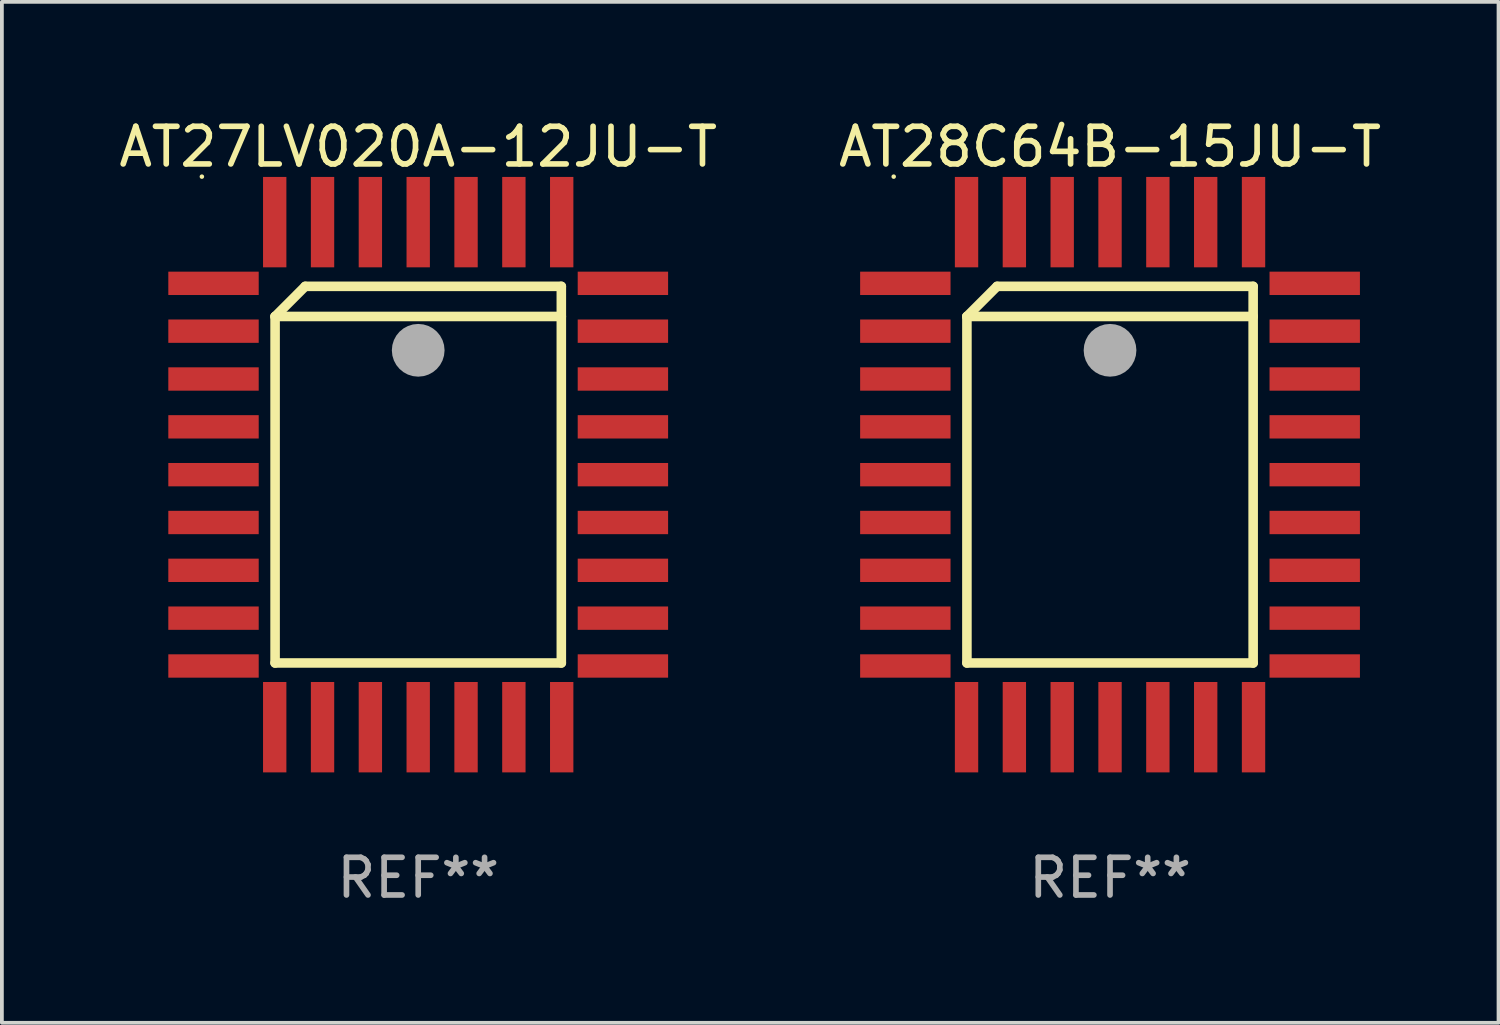
<source format=kicad_pcb>
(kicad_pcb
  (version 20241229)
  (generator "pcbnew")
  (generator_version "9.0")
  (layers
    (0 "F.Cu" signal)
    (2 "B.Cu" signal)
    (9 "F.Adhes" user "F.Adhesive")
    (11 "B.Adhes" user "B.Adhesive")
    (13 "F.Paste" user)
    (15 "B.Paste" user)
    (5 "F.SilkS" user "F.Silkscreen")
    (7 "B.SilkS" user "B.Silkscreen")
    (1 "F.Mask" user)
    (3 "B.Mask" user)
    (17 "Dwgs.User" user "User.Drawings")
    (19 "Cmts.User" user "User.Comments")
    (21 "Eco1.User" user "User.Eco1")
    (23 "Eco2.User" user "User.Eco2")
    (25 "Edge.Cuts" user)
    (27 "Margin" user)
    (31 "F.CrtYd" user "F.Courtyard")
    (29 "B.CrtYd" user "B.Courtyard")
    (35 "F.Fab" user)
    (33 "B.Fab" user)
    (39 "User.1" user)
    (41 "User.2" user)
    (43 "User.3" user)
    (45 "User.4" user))
  (footprint "AT28C64B-15JU-T"
    (layer "F.Cu")
    (at 26.423 9.553)
    (property "Reference" "AT28C64B-15JU-T" (at 0 -8.705 0) (layer "F.SilkS") (effects (font (size 1 1) (thickness 0.15))))
    (attr through_hole)
    (fp_line (start -3.8 -4.2) (end -3 -5) (stroke (width 0.254) (type solid)) (layer "F.SilkS"))
    (fp_line (start -3.8 -4.2) (end 3.8 -4.2) (stroke (width 0.254) (type solid)) (layer "F.SilkS"))
    (fp_line (start -3.8 5) (end -3.8 -4.2) (stroke (width 0.254) (type solid)) (layer "F.SilkS"))
    (fp_line (start -3 -5) (end 3.8 -5) (stroke (width 0.254) (type solid)) (layer "F.SilkS"))
    (fp_line (start 3.8 -5) (end 3.8 5) (stroke (width 0.254) (type solid)) (layer "F.SilkS"))
    (fp_line (start 3.8 5) (end -3.8 5) (stroke (width 0.254) (type solid)) (layer "F.SilkS"))
    (fp_arc (start 0.299721 -3.294387) (mid 0.29971 -3.296927) (end 0.299721 -3.299467) (stroke (width 0.6) (type solid)) (layer "F.SilkS"))
    (fp_circle (center -5.744 -7.913) (end -5.714 -7.913) (stroke (width 0.06) (type solid)) (fill no) (layer "F.SilkS"))
    (fp_circle (center 0 -3.302) (end 0.35 -3.302) (stroke (width 0.7) (type solid)) (fill no) (layer "F.Fab"))
    (fp_text user "REF**" (at 0 10.705 0) (layer "F.Fab") (effects (font (size 1 1) (thickness 0.15))))
    (pad "1" smd rect (at 0 -6.705 180) (size 0.62 2.4) (layers "F.Cu" "F.Mask" "F.Paste"))
    (pad "2" smd rect (at -1.27 -6.705 180) (size 0.62 2.4) (layers "F.Cu" "F.Mask" "F.Paste"))
    (pad "3" smd rect (at -2.54 -6.705 180) (size 0.62 2.4) (layers "F.Cu" "F.Mask" "F.Paste"))
    (pad "4" smd rect (at -3.81 -6.705 180) (size 0.62 2.4) (layers "F.Cu" "F.Mask" "F.Paste"))
    (pad "5" smd rect (at -5.435 -5.08 270) (size 0.62 2.4) (layers "F.Cu" "F.Mask" "F.Paste"))
    (pad "6" smd rect (at -5.435 -3.81 270) (size 0.62 2.4) (layers "F.Cu" "F.Mask" "F.Paste"))
    (pad "7" smd rect (at -5.435 -2.54 270) (size 0.62 2.4) (layers "F.Cu" "F.Mask" "F.Paste"))
    (pad "8" smd rect (at -5.435 -1.27 270) (size 0.62 2.4) (layers "F.Cu" "F.Mask" "F.Paste"))
    (pad "9" smd rect (at -5.435 0 270) (size 0.62 2.4) (layers "F.Cu" "F.Mask" "F.Paste"))
    (pad "10" smd rect (at -5.435 1.27 270) (size 0.62 2.4) (layers "F.Cu" "F.Mask" "F.Paste"))
    (pad "11" smd rect (at -5.435 2.54 270) (size 0.62 2.4) (layers "F.Cu" "F.Mask" "F.Paste"))
    (pad "12" smd rect (at -5.435 3.81 270) (size 0.62 2.4) (layers "F.Cu" "F.Mask" "F.Paste"))
    (pad "13" smd rect (at -5.435 5.08 270) (size 0.62 2.4) (layers "F.Cu" "F.Mask" "F.Paste"))
    (pad "14" smd rect (at -3.81 6.705) (size 0.62 2.4) (layers "F.Cu" "F.Mask" "F.Paste"))
    (pad "15" smd rect (at -2.54 6.705) (size 0.62 2.4) (layers "F.Cu" "F.Mask" "F.Paste"))
    (pad "16" smd rect (at -1.27 6.705) (size 0.62 2.4) (layers "F.Cu" "F.Mask" "F.Paste"))
    (pad "17" smd rect (at 0 6.705) (size 0.62 2.4) (layers "F.Cu" "F.Mask" "F.Paste"))
    (pad "18" smd rect (at 1.27 6.705) (size 0.62 2.4) (layers "F.Cu" "F.Mask" "F.Paste"))
    (pad "19" smd rect (at 2.54 6.705) (size 0.62 2.4) (layers "F.Cu" "F.Mask" "F.Paste"))
    (pad "20" smd rect (at 3.81 6.705) (size 0.62 2.4) (layers "F.Cu" "F.Mask" "F.Paste"))
    (pad "21" smd rect (at 5.435 5.08 90) (size 0.62 2.4) (layers "F.Cu" "F.Mask" "F.Paste"))
    (pad "22" smd rect (at 5.435 3.81 90) (size 0.62 2.4) (layers "F.Cu" "F.Mask" "F.Paste"))
    (pad "23" smd rect (at 5.435 2.54 90) (size 0.62 2.4) (layers "F.Cu" "F.Mask" "F.Paste"))
    (pad "24" smd rect (at 5.435 1.27 90) (size 0.62 2.4) (layers "F.Cu" "F.Mask" "F.Paste"))
    (pad "25" smd rect (at 5.435 0 90) (size 0.62 2.4) (layers "F.Cu" "F.Mask" "F.Paste"))
    (pad "26" smd rect (at 5.435 -1.27 90) (size 0.62 2.4) (layers "F.Cu" "F.Mask" "F.Paste"))
    (pad "27" smd rect (at 5.435 -2.54 90) (size 0.62 2.4) (layers "F.Cu" "F.Mask" "F.Paste"))
    (pad "28" smd rect (at 5.435 -3.81 90) (size 0.62 2.4) (layers "F.Cu" "F.Mask" "F.Paste"))
    (pad "29" smd rect (at 5.435 -5.08 90) (size 0.62 2.4) (layers "F.Cu" "F.Mask" "F.Paste"))
    (pad "30" smd rect (at 3.81 -6.705) (size 0.62 2.4) (layers "F.Cu" "F.Mask" "F.Paste"))
    (pad "31" smd rect (at 2.54 -6.705) (size 0.62 2.4) (layers "F.Cu" "F.Mask" "F.Paste"))
    (pad "32" smd rect (at 1.27 -6.705) (size 0.62 2.4) (layers "F.Cu" "F.Mask" "F.Paste")))
  (footprint "AT27LV020A-12JU-T"
    (layer "F.Cu")
    (at 8.054 9.553)
    (property "Reference" "AT27LV020A-12JU-T" (at 0 -8.705 0) (layer "F.SilkS") (effects (font (size 1 1) (thickness 0.15))))
    (attr through_hole)
    (fp_line (start -3.8 -4.2) (end -3 -5) (stroke (width 0.254) (type solid)) (layer "F.SilkS"))
    (fp_line (start -3.8 -4.2) (end 3.8 -4.2) (stroke (width 0.254) (type solid)) (layer "F.SilkS"))
    (fp_line (start -3.8 5) (end -3.8 -4.2) (stroke (width 0.254) (type solid)) (layer "F.SilkS"))
    (fp_line (start -3 -5) (end 3.8 -5) (stroke (width 0.254) (type solid)) (layer "F.SilkS"))
    (fp_line (start 3.8 -5) (end 3.8 5) (stroke (width 0.254) (type solid)) (layer "F.SilkS"))
    (fp_line (start 3.8 5) (end -3.8 5) (stroke (width 0.254) (type solid)) (layer "F.SilkS"))
    (fp_arc (start 0.299721 -3.294387) (mid 0.29971 -3.296927) (end 0.299721 -3.299467) (stroke (width 0.6) (type solid)) (layer "F.SilkS"))
    (fp_circle (center -5.744 -7.913) (end -5.714 -7.913) (stroke (width 0.06) (type solid)) (fill no) (layer "F.SilkS"))
    (fp_circle (center 0 -3.302) (end 0.35 -3.302) (stroke (width 0.7) (type solid)) (fill no) (layer "F.Fab"))
    (fp_text user "REF**" (at 0 10.705 0) (layer "F.Fab") (effects (font (size 1 1) (thickness 0.15))))
    (pad "1" smd rect (at 0 -6.705 180) (size 0.62 2.4) (layers "F.Cu" "F.Mask" "F.Paste"))
    (pad "2" smd rect (at -1.27 -6.705 180) (size 0.62 2.4) (layers "F.Cu" "F.Mask" "F.Paste"))
    (pad "3" smd rect (at -2.54 -6.705 180) (size 0.62 2.4) (layers "F.Cu" "F.Mask" "F.Paste"))
    (pad "4" smd rect (at -3.81 -6.705 180) (size 0.62 2.4) (layers "F.Cu" "F.Mask" "F.Paste"))
    (pad "5" smd rect (at -5.435 -5.08 270) (size 0.62 2.4) (layers "F.Cu" "F.Mask" "F.Paste"))
    (pad "6" smd rect (at -5.435 -3.81 270) (size 0.62 2.4) (layers "F.Cu" "F.Mask" "F.Paste"))
    (pad "7" smd rect (at -5.435 -2.54 270) (size 0.62 2.4) (layers "F.Cu" "F.Mask" "F.Paste"))
    (pad "8" smd rect (at -5.435 -1.27 270) (size 0.62 2.4) (layers "F.Cu" "F.Mask" "F.Paste"))
    (pad "9" smd rect (at -5.435 0 270) (size 0.62 2.4) (layers "F.Cu" "F.Mask" "F.Paste"))
    (pad "10" smd rect (at -5.435 1.27 270) (size 0.62 2.4) (layers "F.Cu" "F.Mask" "F.Paste"))
    (pad "11" smd rect (at -5.435 2.54 270) (size 0.62 2.4) (layers "F.Cu" "F.Mask" "F.Paste"))
    (pad "12" smd rect (at -5.435 3.81 270) (size 0.62 2.4) (layers "F.Cu" "F.Mask" "F.Paste"))
    (pad "13" smd rect (at -5.435 5.08 270) (size 0.62 2.4) (layers "F.Cu" "F.Mask" "F.Paste"))
    (pad "14" smd rect (at -3.81 6.705) (size 0.62 2.4) (layers "F.Cu" "F.Mask" "F.Paste"))
    (pad "15" smd rect (at -2.54 6.705) (size 0.62 2.4) (layers "F.Cu" "F.Mask" "F.Paste"))
    (pad "16" smd rect (at -1.27 6.705) (size 0.62 2.4) (layers "F.Cu" "F.Mask" "F.Paste"))
    (pad "17" smd rect (at 0 6.705) (size 0.62 2.4) (layers "F.Cu" "F.Mask" "F.Paste"))
    (pad "18" smd rect (at 1.27 6.705) (size 0.62 2.4) (layers "F.Cu" "F.Mask" "F.Paste"))
    (pad "19" smd rect (at 2.54 6.705) (size 0.62 2.4) (layers "F.Cu" "F.Mask" "F.Paste"))
    (pad "20" smd rect (at 3.81 6.705) (size 0.62 2.4) (layers "F.Cu" "F.Mask" "F.Paste"))
    (pad "21" smd rect (at 5.435 5.08 90) (size 0.62 2.4) (layers "F.Cu" "F.Mask" "F.Paste"))
    (pad "22" smd rect (at 5.435 3.81 90) (size 0.62 2.4) (layers "F.Cu" "F.Mask" "F.Paste"))
    (pad "23" smd rect (at 5.435 2.54 90) (size 0.62 2.4) (layers "F.Cu" "F.Mask" "F.Paste"))
    (pad "24" smd rect (at 5.435 1.27 90) (size 0.62 2.4) (layers "F.Cu" "F.Mask" "F.Paste"))
    (pad "25" smd rect (at 5.435 0 90) (size 0.62 2.4) (layers "F.Cu" "F.Mask" "F.Paste"))
    (pad "26" smd rect (at 5.435 -1.27 90) (size 0.62 2.4) (layers "F.Cu" "F.Mask" "F.Paste"))
    (pad "27" smd rect (at 5.435 -2.54 90) (size 0.62 2.4) (layers "F.Cu" "F.Mask" "F.Paste"))
    (pad "28" smd rect (at 5.435 -3.81 90) (size 0.62 2.4) (layers "F.Cu" "F.Mask" "F.Paste"))
    (pad "29" smd rect (at 5.435 -5.08 90) (size 0.62 2.4) (layers "F.Cu" "F.Mask" "F.Paste"))
    (pad "30" smd rect (at 3.81 -6.705) (size 0.62 2.4) (layers "F.Cu" "F.Mask" "F.Paste"))
    (pad "31" smd rect (at 2.54 -6.705) (size 0.62 2.4) (layers "F.Cu" "F.Mask" "F.Paste"))
    (pad "32" smd rect (at 1.27 -6.705) (size 0.62 2.4) (layers "F.Cu" "F.Mask" "F.Paste")))
  (gr_rect
    (start -3 -3)
    (end 36.738 24.107)
    (stroke (width 0.1) (type default))
    (fill no)
    (layer "Edge.Cuts")))
</source>
